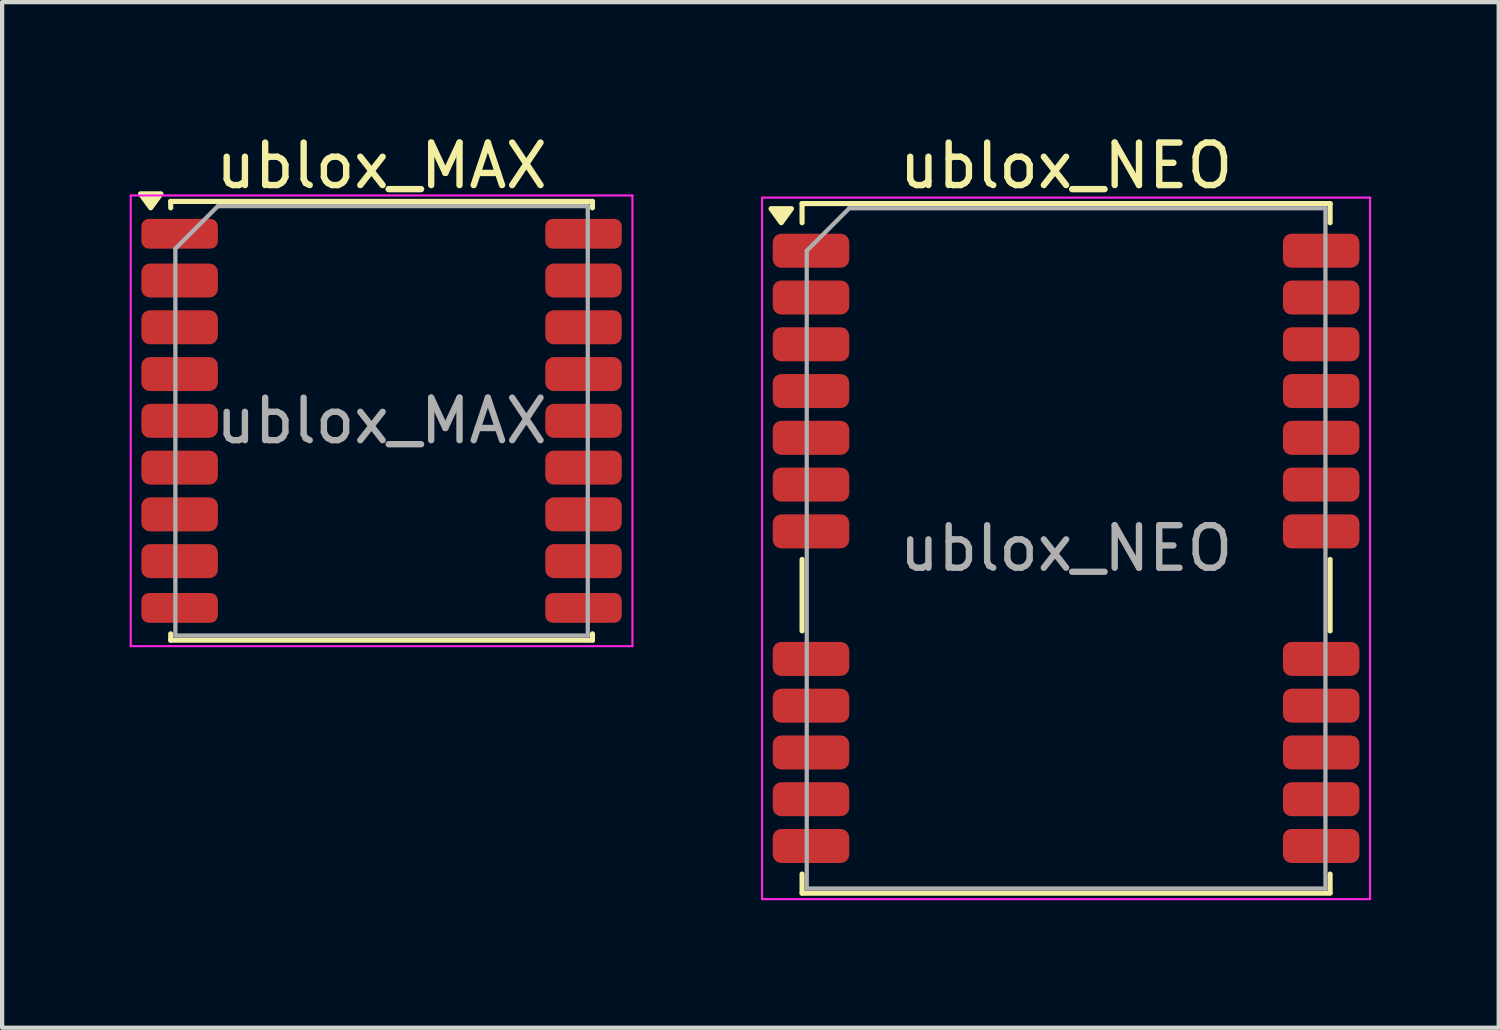
<source format=kicad_pcb>
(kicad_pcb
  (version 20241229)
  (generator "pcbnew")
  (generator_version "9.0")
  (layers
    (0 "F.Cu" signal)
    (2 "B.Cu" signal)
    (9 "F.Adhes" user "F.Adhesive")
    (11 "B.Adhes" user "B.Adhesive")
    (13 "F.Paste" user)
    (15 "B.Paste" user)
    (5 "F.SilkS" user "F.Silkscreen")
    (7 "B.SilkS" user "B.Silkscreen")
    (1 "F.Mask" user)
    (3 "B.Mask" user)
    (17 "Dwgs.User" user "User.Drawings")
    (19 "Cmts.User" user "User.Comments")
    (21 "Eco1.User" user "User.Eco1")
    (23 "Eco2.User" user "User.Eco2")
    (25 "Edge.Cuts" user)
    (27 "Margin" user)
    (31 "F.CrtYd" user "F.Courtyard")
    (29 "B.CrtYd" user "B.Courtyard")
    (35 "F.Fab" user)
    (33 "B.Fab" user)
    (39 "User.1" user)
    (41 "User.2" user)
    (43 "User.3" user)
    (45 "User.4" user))
  (footprint "ublox_NEO"
    (layer "F.Cu")
    (at 22.025 9.848)
    (property "Reference" "ublox_NEO" (at 0 -9 0) (layer "F.SilkS") (effects (font (size 1 1) (thickness 0.15))))
    (attr smd)
    (fp_line (start -6.21 -8.11) (end -6.21 -7.66) (stroke (width 0.12) (type solid)) (layer "F.SilkS"))
    (fp_line (start -6.21 -8.11) (end 6.21 -8.11) (stroke (width 0.12) (type solid)) (layer "F.SilkS"))
    (fp_line (start -6.21 0.26) (end -6.21 1.94) (stroke (width 0.12) (type solid)) (layer "F.SilkS"))
    (fp_line (start -6.21 7.66) (end -6.21 8.11) (stroke (width 0.12) (type solid)) (layer "F.SilkS"))
    (fp_line (start -6.21 8.11) (end 6.21 8.11) (stroke (width 0.12) (type solid)) (layer "F.SilkS"))
    (fp_line (start 6.21 -8.11) (end 6.21 -7.66) (stroke (width 0.12) (type solid)) (layer "F.SilkS"))
    (fp_line (start 6.21 0.26) (end 6.21 1.94) (stroke (width 0.12) (type solid)) (layer "F.SilkS"))
    (fp_line (start 6.21 7.66) (end 6.21 8.1) (stroke (width 0.12) (type solid)) (layer "F.SilkS"))
    (fp_poly (pts (xy -6.7 -7.66) (xy -6.94 -7.99) (xy -6.46 -7.99) (xy -6.7 -7.66)) (stroke (width 0.12) (type solid)) (fill yes) (layer "F.SilkS"))
    (fp_line (start -7.15 -8.25) (end -7.15 8.25) (stroke (width 0.05) (type solid)) (layer "F.CrtYd"))
    (fp_line (start -7.15 -8.25) (end 7.15 -8.25) (stroke (width 0.05) (type solid)) (layer "F.CrtYd"))
    (fp_line (start -7.15 8.25) (end 7.15 8.25) (stroke (width 0.05) (type solid)) (layer "F.CrtYd"))
    (fp_line (start 7.15 -8.25) (end 7.15 8.25) (stroke (width 0.05) (type solid)) (layer "F.CrtYd"))
    (fp_line (start -6.1 -7) (end -6.1 8) (stroke (width 0.1) (type solid)) (layer "F.Fab"))
    (fp_line (start -6.1 8) (end 6.1 8) (stroke (width 0.1) (type solid)) (layer "F.Fab"))
    (fp_line (start -5.1 -8) (end -6.1 -7) (stroke (width 0.1) (type solid)) (layer "F.Fab"))
    (fp_line (start -5.1 -8) (end 6.1 -8) (stroke (width 0.1) (type solid)) (layer "F.Fab"))
    (fp_line (start 6.1 -8) (end 6.1 8) (stroke (width 0.1) (type solid)) (layer "F.Fab"))
    (fp_text user "${REFERENCE}" (at 0 0 0) (layer "F.Fab") (effects (font (size 1 1) (thickness 0.15))))
    (pad "1" smd roundrect (at -6 -7) (size 1.8 0.8) (layers "F.Cu" "F.Mask" "F.Paste") (roundrect_rratio 0.25))
    (pad "2" smd roundrect (at -6 -5.9) (size 1.8 0.8) (layers "F.Cu" "F.Mask" "F.Paste") (roundrect_rratio 0.25))
    (pad "3" smd roundrect (at -6 -4.8) (size 1.8 0.8) (layers "F.Cu" "F.Mask" "F.Paste") (roundrect_rratio 0.25))
    (pad "4" smd roundrect (at -6 -3.7) (size 1.8 0.8) (layers "F.Cu" "F.Mask" "F.Paste") (roundrect_rratio 0.25))
    (pad "5" smd roundrect (at -6 -2.6) (size 1.8 0.8) (layers "F.Cu" "F.Mask" "F.Paste") (roundrect_rratio 0.25))
    (pad "6" smd roundrect (at -6 -1.5) (size 1.8 0.8) (layers "F.Cu" "F.Mask" "F.Paste") (roundrect_rratio 0.25))
    (pad "7" smd roundrect (at -6 -0.4) (size 1.8 0.8) (layers "F.Cu" "F.Mask" "F.Paste") (roundrect_rratio 0.25))
    (pad "8" smd roundrect (at -6 2.6) (size 1.8 0.8) (layers "F.Cu" "F.Mask" "F.Paste") (roundrect_rratio 0.25))
    (pad "9" smd roundrect (at -6 3.7) (size 1.8 0.8) (layers "F.Cu" "F.Mask" "F.Paste") (roundrect_rratio 0.25))
    (pad "10" smd roundrect (at -6 4.8) (size 1.8 0.8) (layers "F.Cu" "F.Mask" "F.Paste") (roundrect_rratio 0.25))
    (pad "11" smd roundrect (at -6 5.9) (size 1.8 0.8) (layers "F.Cu" "F.Mask" "F.Paste") (roundrect_rratio 0.25))
    (pad "12" smd roundrect (at -6 7) (size 1.8 0.8) (layers "F.Cu" "F.Mask" "F.Paste") (roundrect_rratio 0.25))
    (pad "13" smd roundrect (at 6 7) (size 1.8 0.8) (layers "F.Cu" "F.Mask" "F.Paste") (roundrect_rratio 0.25))
    (pad "14" smd roundrect (at 6 5.9) (size 1.8 0.8) (layers "F.Cu" "F.Mask" "F.Paste") (roundrect_rratio 0.25))
    (pad "15" smd roundrect (at 6 4.8) (size 1.8 0.8) (layers "F.Cu" "F.Mask" "F.Paste") (roundrect_rratio 0.25))
    (pad "16" smd roundrect (at 6 3.7) (size 1.8 0.8) (layers "F.Cu" "F.Mask" "F.Paste") (roundrect_rratio 0.25))
    (pad "17" smd roundrect (at 6 2.6) (size 1.8 0.8) (layers "F.Cu" "F.Mask" "F.Paste") (roundrect_rratio 0.25))
    (pad "18" smd roundrect (at 6 -0.4) (size 1.8 0.8) (layers "F.Cu" "F.Mask" "F.Paste") (roundrect_rratio 0.25))
    (pad "19" smd roundrect (at 6 -1.5) (size 1.8 0.8) (layers "F.Cu" "F.Mask" "F.Paste") (roundrect_rratio 0.25))
    (pad "20" smd roundrect (at 6 -2.6) (size 1.8 0.8) (layers "F.Cu" "F.Mask" "F.Paste") (roundrect_rratio 0.25))
    (pad "21" smd roundrect (at 6 -3.7) (size 1.8 0.8) (layers "F.Cu" "F.Mask" "F.Paste") (roundrect_rratio 0.25))
    (pad "22" smd roundrect (at 6 -4.8) (size 1.8 0.8) (layers "F.Cu" "F.Mask" "F.Paste") (roundrect_rratio 0.25))
    (pad "23" smd roundrect (at 6 -5.9) (size 1.8 0.8) (layers "F.Cu" "F.Mask" "F.Paste") (roundrect_rratio 0.25))
    (pad "24" smd roundrect (at 6 -7) (size 1.8 0.8) (layers "F.Cu" "F.Mask" "F.Paste") (roundrect_rratio 0.25)))
  (footprint "ublox_MAX"
    (layer "F.Cu")
    (at 5.925 6.848)
    (property "Reference" "ublox_MAX" (at 0 -6 0) (layer "F.SilkS") (effects (font (size 1 1) (thickness 0.15))))
    (attr smd)
    (fp_line (start -4.96 -5.16) (end -4.96 -5.01) (stroke (width 0.12) (type solid)) (layer "F.SilkS"))
    (fp_line (start -4.96 -5.16) (end 4.96 -5.16) (stroke (width 0.12) (type solid)) (layer "F.SilkS"))
    (fp_line (start -4.96 5.01) (end -4.96 5.16) (stroke (width 0.12) (type solid)) (layer "F.SilkS"))
    (fp_line (start -4.96 5.16) (end 4.96 5.16) (stroke (width 0.12) (type solid)) (layer "F.SilkS"))
    (fp_line (start 4.96 -5.16) (end 4.96 -5.01) (stroke (width 0.12) (type solid)) (layer "F.SilkS"))
    (fp_line (start 4.96 5.01) (end 4.96 5.16) (stroke (width 0.12) (type solid)) (layer "F.SilkS"))
    (fp_poly (pts (xy -5.43 -5.01) (xy -5.67 -5.34) (xy -5.19 -5.34) (xy -5.43 -5.01)) (stroke (width 0.12) (type solid)) (fill yes) (layer "F.SilkS"))
    (fp_line (start -5.9 -5.3) (end -5.9 5.3) (stroke (width 0.05) (type solid)) (layer "F.CrtYd"))
    (fp_line (start -5.9 -5.3) (end 5.9 -5.3) (stroke (width 0.05) (type solid)) (layer "F.CrtYd"))
    (fp_line (start -5.9 5.3) (end 5.9 5.3) (stroke (width 0.05) (type solid)) (layer "F.CrtYd"))
    (fp_line (start 5.9 -5.3) (end 5.9 5.3) (stroke (width 0.05) (type solid)) (layer "F.CrtYd"))
    (fp_line (start -4.85 -4.05) (end -4.85 5.05) (stroke (width 0.1) (type solid)) (layer "F.Fab"))
    (fp_line (start -4.85 5.05) (end 4.85 5.05) (stroke (width 0.1) (type solid)) (layer "F.Fab"))
    (fp_line (start -3.85 -5.05) (end -4.85 -4.05) (stroke (width 0.1) (type solid)) (layer "F.Fab"))
    (fp_line (start -3.85 -5.05) (end 4.85 -5.05) (stroke (width 0.1) (type solid)) (layer "F.Fab"))
    (fp_line (start 4.85 -5.05) (end 4.85 5.05) (stroke (width 0.1) (type solid)) (layer "F.Fab"))
    (fp_text user "${REFERENCE}" (at 0 0 0) (layer "F.Fab") (effects (font (size 1 1) (thickness 0.15))))
    (pad "1" smd roundrect (at -4.75 -4.4) (size 1.8 0.7) (layers "F.Cu" "F.Mask" "F.Paste") (roundrect_rratio 0.25))
    (pad "2" smd roundrect (at -4.75 -3.3) (size 1.8 0.8) (layers "F.Cu" "F.Mask" "F.Paste") (roundrect_rratio 0.25))
    (pad "3" smd roundrect (at -4.75 -2.2) (size 1.8 0.8) (layers "F.Cu" "F.Mask" "F.Paste") (roundrect_rratio 0.25))
    (pad "4" smd roundrect (at -4.75 -1.1) (size 1.8 0.8) (layers "F.Cu" "F.Mask" "F.Paste") (roundrect_rratio 0.25))
    (pad "5" smd roundrect (at -4.75 0) (size 1.8 0.8) (layers "F.Cu" "F.Mask" "F.Paste") (roundrect_rratio 0.25))
    (pad "6" smd roundrect (at -4.75 1.1) (size 1.8 0.8) (layers "F.Cu" "F.Mask" "F.Paste") (roundrect_rratio 0.25))
    (pad "7" smd roundrect (at -4.75 2.2) (size 1.8 0.8) (layers "F.Cu" "F.Mask" "F.Paste") (roundrect_rratio 0.25))
    (pad "8" smd roundrect (at -4.75 3.3) (size 1.8 0.8) (layers "F.Cu" "F.Mask" "F.Paste") (roundrect_rratio 0.25))
    (pad "9" smd roundrect (at -4.75 4.4) (size 1.8 0.7) (layers "F.Cu" "F.Mask" "F.Paste") (roundrect_rratio 0.25))
    (pad "10" smd roundrect (at 4.75 4.4) (size 1.8 0.7) (layers "F.Cu" "F.Mask" "F.Paste") (roundrect_rratio 0.25))
    (pad "11" smd roundrect (at 4.75 3.3) (size 1.8 0.8) (layers "F.Cu" "F.Mask" "F.Paste") (roundrect_rratio 0.25))
    (pad "12" smd roundrect (at 4.75 2.2) (size 1.8 0.8) (layers "F.Cu" "F.Mask" "F.Paste") (roundrect_rratio 0.25))
    (pad "13" smd roundrect (at 4.75 1.1) (size 1.8 0.8) (layers "F.Cu" "F.Mask" "F.Paste") (roundrect_rratio 0.25))
    (pad "14" smd roundrect (at 4.75 0) (size 1.8 0.8) (layers "F.Cu" "F.Mask" "F.Paste") (roundrect_rratio 0.25))
    (pad "15" smd roundrect (at 4.75 -1.1) (size 1.8 0.8) (layers "F.Cu" "F.Mask" "F.Paste") (roundrect_rratio 0.25))
    (pad "16" smd roundrect (at 4.75 -2.2) (size 1.8 0.8) (layers "F.Cu" "F.Mask" "F.Paste") (roundrect_rratio 0.25))
    (pad "17" smd roundrect (at 4.75 -3.3) (size 1.8 0.8) (layers "F.Cu" "F.Mask" "F.Paste") (roundrect_rratio 0.25))
    (pad "18" smd roundrect (at 4.75 -4.4) (size 1.8 0.7) (layers "F.Cu" "F.Mask" "F.Paste") (roundrect_rratio 0.25)))
  (gr_rect
    (start -3 -3)
    (end 32.2 21.123)
    (stroke (width 0.1) (type default))
    (fill no)
    (layer "Edge.Cuts")))
</source>
